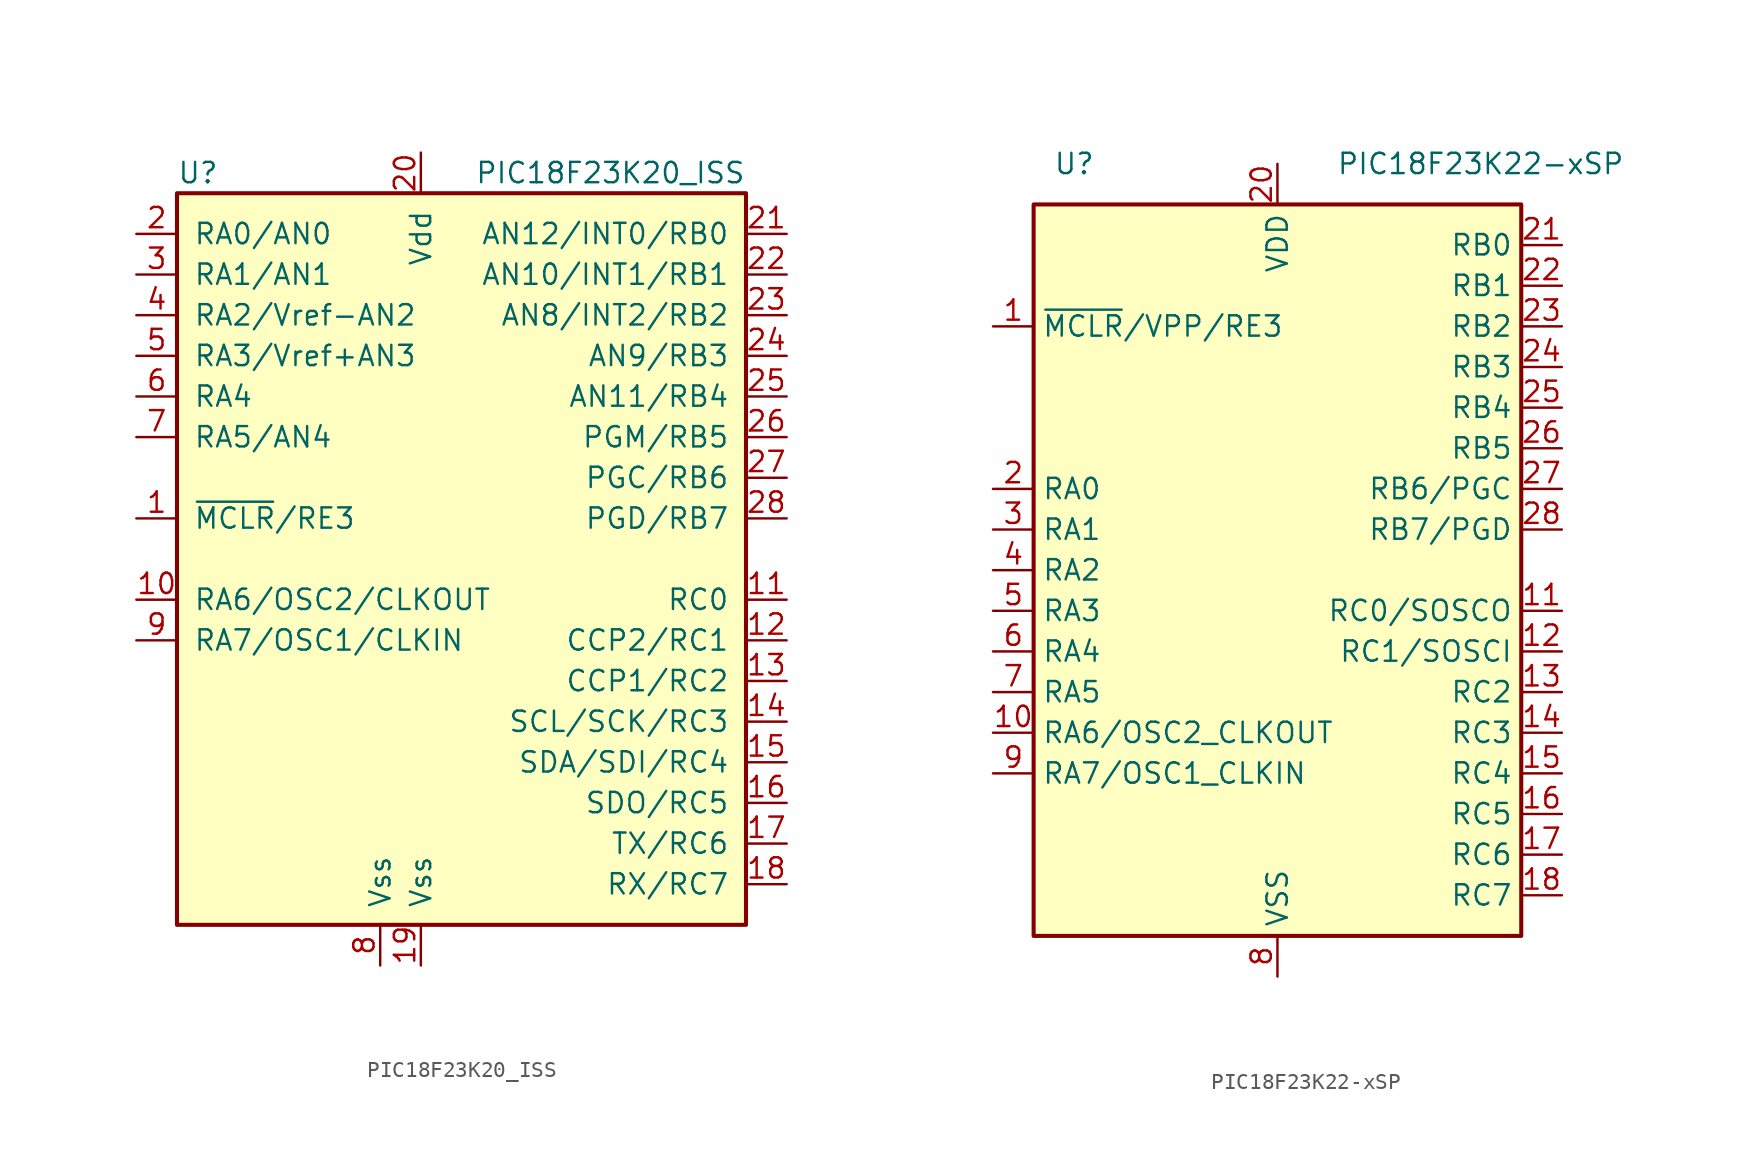
<source format=kicad_sym>
(kicad_symbol_lib
  (version 20201005)
  (generator kicad_symbol_editor)
  (symbol "MCU_Microchip_PIC18:PIC18F23K20_ISS"
    (pin_names
      (offset 1.016))
    (property "Reference" "U"
      (at -17.78 24.13 0)
      (effects (font (size 1.27 1.27)) (justify left)))
    (property "Value" "PIC18F23K20_ISS"
      (at 17.78 24.13 0)
      (effects (font (size 1.27 1.27)) (justify right)))
    (symbol "PIC18F23K20_ISS_0_1"
      (rectangle (start -17.78 22.86) (end 17.78 -22.86) (stroke (width 0.254)) (fill (type background))))
    (symbol "PIC18F23K20_ISS_1_1"
      (pin bidirectional line (at -20.32 2.54 0) (length 2.54) (name "~MCLR~/RE3" (effects (font (size 1.27 1.27)))) (number "1" (effects (font (size 1.27 1.27)))))
      (pin input line (at -20.32 -2.54 0) (length 2.54) (name "RA6/OSC2/CLKOUT" (effects (font (size 1.27 1.27)))) (number "10" (effects (font (size 1.27 1.27)))))
      (pin bidirectional line (at 20.32 -2.54 180) (length 2.54) (name "RC0" (effects (font (size 1.27 1.27)))) (number "11" (effects (font (size 1.27 1.27)))))
      (pin bidirectional line (at 20.32 -5.08 180) (length 2.54) (name "CCP2/RC1" (effects (font (size 1.27 1.27)))) (number "12" (effects (font (size 1.27 1.27)))))
      (pin bidirectional line (at 20.32 -7.62 180) (length 2.54) (name "CCP1/RC2" (effects (font (size 1.27 1.27)))) (number "13" (effects (font (size 1.27 1.27)))))
      (pin bidirectional line (at 20.32 -10.16 180) (length 2.54) (name "SCL/SCK/RC3" (effects (font (size 1.27 1.27)))) (number "14" (effects (font (size 1.27 1.27)))))
      (pin bidirectional line (at 20.32 -12.7 180) (length 2.54) (name "SDA/SDI/RC4" (effects (font (size 1.27 1.27)))) (number "15" (effects (font (size 1.27 1.27)))))
      (pin bidirectional line (at 20.32 -15.24 180) (length 2.54) (name "SDO/RC5" (effects (font (size 1.27 1.27)))) (number "16" (effects (font (size 1.27 1.27)))))
      (pin bidirectional line (at 20.32 -17.78 180) (length 2.54) (name "TX/RC6" (effects (font (size 1.27 1.27)))) (number "17" (effects (font (size 1.27 1.27)))))
      (pin bidirectional line (at 20.32 -20.32 180) (length 2.54) (name "RX/RC7" (effects (font (size 1.27 1.27)))) (number "18" (effects (font (size 1.27 1.27)))))
      (pin power_in line (at -2.54 -25.4 90) (length 2.54) (name "Vss" (effects (font (size 1.27 1.27)))) (number "19" (effects (font (size 1.27 1.27)))))
      (pin bidirectional line (at -20.32 20.32 0) (length 2.54) (name "RA0/AN0" (effects (font (size 1.27 1.27)))) (number "2" (effects (font (size 1.27 1.27)))))
      (pin power_in line (at -2.54 25.4 270) (length 2.54) (name "Vdd" (effects (font (size 1.27 1.27)))) (number "20" (effects (font (size 1.27 1.27)))))
      (pin bidirectional line (at 20.32 20.32 180) (length 2.54) (name "AN12/INT0/RB0" (effects (font (size 1.27 1.27)))) (number "21" (effects (font (size 1.27 1.27)))))
      (pin bidirectional line (at 20.32 17.78 180) (length 2.54) (name "AN10/INT1/RB1" (effects (font (size 1.27 1.27)))) (number "22" (effects (font (size 1.27 1.27)))))
      (pin bidirectional line (at 20.32 15.24 180) (length 2.54) (name "AN8/INT2/RB2" (effects (font (size 1.27 1.27)))) (number "23" (effects (font (size 1.27 1.27)))))
      (pin bidirectional line (at 20.32 12.7 180) (length 2.54) (name "AN9/RB3" (effects (font (size 1.27 1.27)))) (number "24" (effects (font (size 1.27 1.27)))))
      (pin bidirectional line (at 20.32 10.16 180) (length 2.54) (name "AN11/RB4" (effects (font (size 1.27 1.27)))) (number "25" (effects (font (size 1.27 1.27)))))
      (pin bidirectional line (at 20.32 7.62 180) (length 2.54) (name "PGM/RB5" (effects (font (size 1.27 1.27)))) (number "26" (effects (font (size 1.27 1.27)))))
      (pin bidirectional line (at 20.32 5.08 180) (length 2.54) (name "PGC/RB6" (effects (font (size 1.27 1.27)))) (number "27" (effects (font (size 1.27 1.27)))))
      (pin bidirectional line (at 20.32 2.54 180) (length 2.54) (name "PGD/RB7" (effects (font (size 1.27 1.27)))) (number "28" (effects (font (size 1.27 1.27)))))
      (pin bidirectional line (at -20.32 17.78 0) (length 2.54) (name "RA1/AN1" (effects (font (size 1.27 1.27)))) (number "3" (effects (font (size 1.27 1.27)))))
      (pin bidirectional line (at -20.32 15.24 0) (length 2.54) (name "RA2/Vref-AN2" (effects (font (size 1.27 1.27)))) (number "4" (effects (font (size 1.27 1.27)))))
      (pin bidirectional line (at -20.32 12.7 0) (length 2.54) (name "RA3/Vref+AN3" (effects (font (size 1.27 1.27)))) (number "5" (effects (font (size 1.27 1.27)))))
      (pin power_in line (at -20.32 10.16 0) (length 2.54) (name "RA4" (effects (font (size 1.27 1.27)))) (number "6" (effects (font (size 1.27 1.27)))))
      (pin bidirectional line (at -20.32 7.62 0) (length 2.54) (name "RA5/AN4" (effects (font (size 1.27 1.27)))) (number "7" (effects (font (size 1.27 1.27)))))
      (pin power_in line (at -5.08 -25.4 90) (length 2.54) (name "Vss" (effects (font (size 1.27 1.27)))) (number "8" (effects (font (size 1.27 1.27)))))
      (pin input line (at -20.32 -5.08 0) (length 2.54) (name "RA7/OSC1/CLKIN" (effects (font (size 1.27 1.27)))) (number "9" (effects (font (size 1.27 1.27)))))))
  (symbol "MCU_Microchip_PIC18:PIC18F23K22-xSP"
    (property "Reference" "U"
      (at -12.7 25.4 0)
      (effects (font (size 1.27 1.27))))
    (property "Value" "PIC18F23K22-xSP"
      (at 12.7 25.4 0)
      (effects (font (size 1.27 1.27))))
    (symbol "PIC18F23K22-xSP_1_1"
      (rectangle (start -15.24 22.86) (end 15.24 -22.86) (stroke (width 0.254)) (fill (type background)))
      (pin input line (at -17.78 15.24 0) (length 2.54) (name "~MCLR~/VPP/RE3" (effects (font (size 1.27 1.27)))) (number "1" (effects (font (size 1.27 1.27)))))
      (pin bidirectional line (at -17.78 -10.16 0) (length 2.54) (name "RA6/OSC2_CLKOUT" (effects (font (size 1.27 1.27)))) (number "10" (effects (font (size 1.27 1.27)))))
      (pin bidirectional line (at 17.78 -2.54 180) (length 2.54) (name "RC0/SOSCO" (effects (font (size 1.27 1.27)))) (number "11" (effects (font (size 1.27 1.27)))))
      (pin bidirectional line (at 17.78 -5.08 180) (length 2.54) (name "RC1/SOSCI" (effects (font (size 1.27 1.27)))) (number "12" (effects (font (size 1.27 1.27)))))
      (pin bidirectional line (at 17.78 -7.62 180) (length 2.54) (name "RC2" (effects (font (size 1.27 1.27)))) (number "13" (effects (font (size 1.27 1.27)))))
      (pin bidirectional line (at 17.78 -10.16 180) (length 2.54) (name "RC3" (effects (font (size 1.27 1.27)))) (number "14" (effects (font (size 1.27 1.27)))))
      (pin bidirectional line (at 17.78 -12.7 180) (length 2.54) (name "RC4" (effects (font (size 1.27 1.27)))) (number "15" (effects (font (size 1.27 1.27)))))
      (pin bidirectional line (at 17.78 -15.24 180) (length 2.54) (name "RC5" (effects (font (size 1.27 1.27)))) (number "16" (effects (font (size 1.27 1.27)))))
      (pin bidirectional line (at 17.78 -17.78 180) (length 2.54) (name "RC6" (effects (font (size 1.27 1.27)))) (number "17" (effects (font (size 1.27 1.27)))))
      (pin bidirectional line (at 17.78 -20.32 180) (length 2.54) (name "RC7" (effects (font (size 1.27 1.27)))) (number "18" (effects (font (size 1.27 1.27)))))
      (pin passive line (at 0 -25.4 90) (length 2.54) hide (name "VSS" (effects (font (size 1.27 1.27)))) (number "19" (effects (font (size 1.27 1.27)))))
      (pin bidirectional line (at -17.78 5.08 0) (length 2.54) (name "RA0" (effects (font (size 1.27 1.27)))) (number "2" (effects (font (size 1.27 1.27)))))
      (pin power_in line (at 0 25.4 270) (length 2.54) (name "VDD" (effects (font (size 1.27 1.27)))) (number "20" (effects (font (size 1.27 1.27)))))
      (pin bidirectional line (at 17.78 20.32 180) (length 2.54) (name "RB0" (effects (font (size 1.27 1.27)))) (number "21" (effects (font (size 1.27 1.27)))))
      (pin bidirectional line (at 17.78 17.78 180) (length 2.54) (name "RB1" (effects (font (size 1.27 1.27)))) (number "22" (effects (font (size 1.27 1.27)))))
      (pin bidirectional line (at 17.78 15.24 180) (length 2.54) (name "RB2" (effects (font (size 1.27 1.27)))) (number "23" (effects (font (size 1.27 1.27)))))
      (pin bidirectional line (at 17.78 12.7 180) (length 2.54) (name "RB3" (effects (font (size 1.27 1.27)))) (number "24" (effects (font (size 1.27 1.27)))))
      (pin bidirectional line (at 17.78 10.16 180) (length 2.54) (name "RB4" (effects (font (size 1.27 1.27)))) (number "25" (effects (font (size 1.27 1.27)))))
      (pin bidirectional line (at 17.78 7.62 180) (length 2.54) (name "RB5" (effects (font (size 1.27 1.27)))) (number "26" (effects (font (size 1.27 1.27)))))
      (pin bidirectional line (at 17.78 5.08 180) (length 2.54) (name "RB6/PGC" (effects (font (size 1.27 1.27)))) (number "27" (effects (font (size 1.27 1.27)))))
      (pin bidirectional line (at 17.78 2.54 180) (length 2.54) (name "RB7/PGD" (effects (font (size 1.27 1.27)))) (number "28" (effects (font (size 1.27 1.27)))))
      (pin bidirectional line (at -17.78 2.54 0) (length 2.54) (name "RA1" (effects (font (size 1.27 1.27)))) (number "3" (effects (font (size 1.27 1.27)))))
      (pin bidirectional line (at -17.78 0 0) (length 2.54) (name "RA2" (effects (font (size 1.27 1.27)))) (number "4" (effects (font (size 1.27 1.27)))))
      (pin bidirectional line (at -17.78 -2.54 0) (length 2.54) (name "RA3" (effects (font (size 1.27 1.27)))) (number "5" (effects (font (size 1.27 1.27)))))
      (pin bidirectional line (at -17.78 -5.08 0) (length 2.54) (name "RA4" (effects (font (size 1.27 1.27)))) (number "6" (effects (font (size 1.27 1.27)))))
      (pin bidirectional line (at -17.78 -7.62 0) (length 2.54) (name "RA5" (effects (font (size 1.27 1.27)))) (number "7" (effects (font (size 1.27 1.27)))))
      (pin power_in line (at 0 -25.4 90) (length 2.54) (name "VSS" (effects (font (size 1.27 1.27)))) (number "8" (effects (font (size 1.27 1.27)))))
      (pin bidirectional line (at -17.78 -12.7 0) (length 2.54) (name "RA7/OSC1_CLKIN" (effects (font (size 1.27 1.27)))) (number "9" (effects (font (size 1.27 1.27))))))))
</source>
